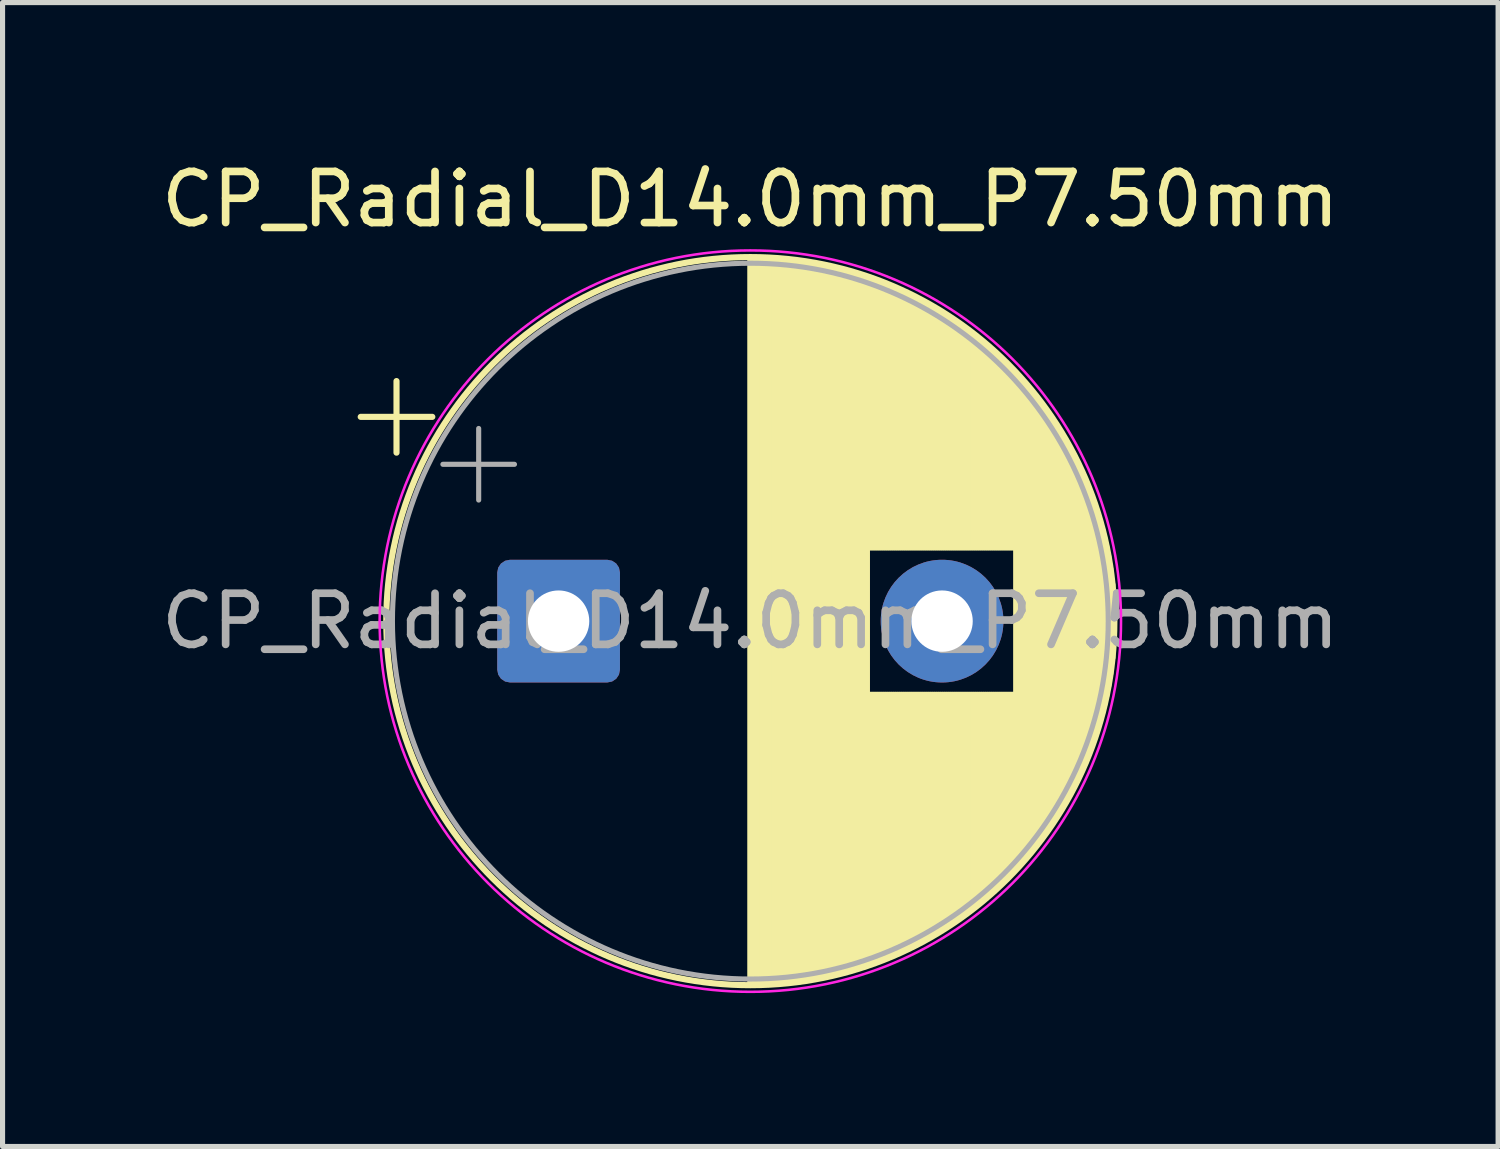
<source format=kicad_pcb>
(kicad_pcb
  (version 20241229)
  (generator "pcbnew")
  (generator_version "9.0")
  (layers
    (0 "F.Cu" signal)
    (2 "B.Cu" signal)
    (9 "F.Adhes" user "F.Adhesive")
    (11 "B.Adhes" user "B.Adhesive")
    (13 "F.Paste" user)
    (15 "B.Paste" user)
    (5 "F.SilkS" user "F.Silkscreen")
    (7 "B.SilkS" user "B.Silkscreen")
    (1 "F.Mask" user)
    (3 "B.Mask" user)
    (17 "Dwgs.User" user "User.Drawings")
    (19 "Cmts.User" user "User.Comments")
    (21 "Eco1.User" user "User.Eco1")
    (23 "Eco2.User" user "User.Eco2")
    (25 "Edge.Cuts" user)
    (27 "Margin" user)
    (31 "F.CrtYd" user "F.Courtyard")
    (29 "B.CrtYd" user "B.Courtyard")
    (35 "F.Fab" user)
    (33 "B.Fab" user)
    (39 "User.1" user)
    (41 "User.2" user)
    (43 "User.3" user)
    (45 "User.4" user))
  (footprint "CP_Radial_D14.0mm_P7.50mm"
    (layer "F.Cu")
    (at 7.875 9.098)
    (property "Reference" "CP_Radial_D14.0mm_P7.50mm" (at 3.75 -8.25 0) (layer "F.SilkS") (effects (font (size 1 1) (thickness 0.15))))
    (attr through_hole)
    (fp_line (start -3.87 -3.995) (end -2.47 -3.995) (stroke (width 0.12) (type solid)) (layer "F.SilkS"))
    (fp_line (start -3.17 -4.695) (end -3.17 -3.295) (stroke (width 0.12) (type solid)) (layer "F.SilkS"))
    (fp_line (start 3.75 -7.08) (end 3.75 7.08) (stroke (width 0.12) (type solid)) (layer "F.SilkS"))
    (fp_line (start 3.79 -7.08) (end 3.79 7.08) (stroke (width 0.12) (type solid)) (layer "F.SilkS"))
    (fp_line (start 3.83 -7.08) (end 3.83 7.08) (stroke (width 0.12) (type solid)) (layer "F.SilkS"))
    (fp_line (start 3.87 -7.079) (end 3.87 7.079) (stroke (width 0.12) (type solid)) (layer "F.SilkS"))
    (fp_line (start 3.91 -7.078) (end 3.91 7.078) (stroke (width 0.12) (type solid)) (layer "F.SilkS"))
    (fp_line (start 3.95 -7.077) (end 3.95 7.077) (stroke (width 0.12) (type solid)) (layer "F.SilkS"))
    (fp_line (start 3.99 -7.076) (end 3.99 7.076) (stroke (width 0.12) (type solid)) (layer "F.SilkS"))
    (fp_line (start 4.03 -7.074) (end 4.03 7.074) (stroke (width 0.12) (type solid)) (layer "F.SilkS"))
    (fp_line (start 4.07 -7.073) (end 4.07 7.073) (stroke (width 0.12) (type solid)) (layer "F.SilkS"))
    (fp_line (start 4.11 -7.071) (end 4.11 7.071) (stroke (width 0.12) (type solid)) (layer "F.SilkS"))
    (fp_line (start 4.15 -7.069) (end 4.15 7.069) (stroke (width 0.12) (type solid)) (layer "F.SilkS"))
    (fp_line (start 4.19 -7.066) (end 4.19 7.066) (stroke (width 0.12) (type solid)) (layer "F.SilkS"))
    (fp_line (start 4.23 -7.064) (end 4.23 7.064) (stroke (width 0.12) (type solid)) (layer "F.SilkS"))
    (fp_line (start 4.27 -7.061) (end 4.27 7.061) (stroke (width 0.12) (type solid)) (layer "F.SilkS"))
    (fp_line (start 4.31 -7.058) (end 4.31 7.058) (stroke (width 0.12) (type solid)) (layer "F.SilkS"))
    (fp_line (start 4.35 -7.055) (end 4.35 7.055) (stroke (width 0.12) (type solid)) (layer "F.SilkS"))
    (fp_line (start 4.39 -7.051) (end 4.39 7.051) (stroke (width 0.12) (type solid)) (layer "F.SilkS"))
    (fp_line (start 4.43 -7.047) (end 4.43 7.047) (stroke (width 0.12) (type solid)) (layer "F.SilkS"))
    (fp_line (start 4.47 -7.044) (end 4.47 7.044) (stroke (width 0.12) (type solid)) (layer "F.SilkS"))
    (fp_line (start 4.51 -7.039) (end 4.51 7.039) (stroke (width 0.12) (type solid)) (layer "F.SilkS"))
    (fp_line (start 4.55 -7.035) (end 4.55 7.035) (stroke (width 0.12) (type solid)) (layer "F.SilkS"))
    (fp_line (start 4.59 -7.03) (end 4.59 7.03) (stroke (width 0.12) (type solid)) (layer "F.SilkS"))
    (fp_line (start 4.63 -7.025) (end 4.63 7.025) (stroke (width 0.12) (type solid)) (layer "F.SilkS"))
    (fp_line (start 4.67 -7.02) (end 4.67 7.02) (stroke (width 0.12) (type solid)) (layer "F.SilkS"))
    (fp_line (start 4.71 -7.015) (end 4.71 7.015) (stroke (width 0.12) (type solid)) (layer "F.SilkS"))
    (fp_line (start 4.75 -7.009) (end 4.75 7.009) (stroke (width 0.12) (type solid)) (layer "F.SilkS"))
    (fp_line (start 4.79 -7.004) (end 4.79 7.004) (stroke (width 0.12) (type solid)) (layer "F.SilkS"))
    (fp_line (start 4.83 -6.998) (end 4.83 6.998) (stroke (width 0.12) (type solid)) (layer "F.SilkS"))
    (fp_line (start 4.87 -6.991) (end 4.87 6.991) (stroke (width 0.12) (type solid)) (layer "F.SilkS"))
    (fp_line (start 4.91 -6.985) (end 4.91 6.985) (stroke (width 0.12) (type solid)) (layer "F.SilkS"))
    (fp_line (start 4.95 -6.978) (end 4.95 6.978) (stroke (width 0.12) (type solid)) (layer "F.SilkS"))
    (fp_line (start 4.99 -6.971) (end 4.99 6.971) (stroke (width 0.12) (type solid)) (layer "F.SilkS"))
    (fp_line (start 5.03 -6.964) (end 5.03 6.964) (stroke (width 0.12) (type solid)) (layer "F.SilkS"))
    (fp_line (start 5.07 -6.957) (end 5.07 6.957) (stroke (width 0.12) (type solid)) (layer "F.SilkS"))
    (fp_line (start 5.11 -6.949) (end 5.11 6.949) (stroke (width 0.12) (type solid)) (layer "F.SilkS"))
    (fp_line (start 5.15 -6.941) (end 5.15 6.941) (stroke (width 0.12) (type solid)) (layer "F.SilkS"))
    (fp_line (start 5.19 -6.933) (end 5.19 6.933) (stroke (width 0.12) (type solid)) (layer "F.SilkS"))
    (fp_line (start 5.23 -6.924) (end 5.23 6.924) (stroke (width 0.12) (type solid)) (layer "F.SilkS"))
    (fp_line (start 5.27 -6.916) (end 5.27 6.916) (stroke (width 0.12) (type solid)) (layer "F.SilkS"))
    (fp_line (start 5.31 -6.907) (end 5.31 6.907) (stroke (width 0.12) (type solid)) (layer "F.SilkS"))
    (fp_line (start 5.35 -6.898) (end 5.35 6.898) (stroke (width 0.12) (type solid)) (layer "F.SilkS"))
    (fp_line (start 5.39 -6.889) (end 5.39 6.889) (stroke (width 0.12) (type solid)) (layer "F.SilkS"))
    (fp_line (start 5.43 -6.879) (end 5.43 6.879) (stroke (width 0.12) (type solid)) (layer "F.SilkS"))
    (fp_line (start 5.47 -6.869) (end 5.47 6.869) (stroke (width 0.12) (type solid)) (layer "F.SilkS"))
    (fp_line (start 5.51 -6.859) (end 5.51 6.859) (stroke (width 0.12) (type solid)) (layer "F.SilkS"))
    (fp_line (start 5.55 -6.849) (end 5.55 6.849) (stroke (width 0.12) (type solid)) (layer "F.SilkS"))
    (fp_line (start 5.59 -6.838) (end 5.59 6.838) (stroke (width 0.12) (type solid)) (layer "F.SilkS"))
    (fp_line (start 5.63 -6.827) (end 5.63 6.827) (stroke (width 0.12) (type solid)) (layer "F.SilkS"))
    (fp_line (start 5.67 -6.816) (end 5.67 6.816) (stroke (width 0.12) (type solid)) (layer "F.SilkS"))
    (fp_line (start 5.71 -6.805) (end 5.71 6.805) (stroke (width 0.12) (type solid)) (layer "F.SilkS"))
    (fp_line (start 5.75 -6.793) (end 5.75 6.793) (stroke (width 0.12) (type solid)) (layer "F.SilkS"))
    (fp_line (start 5.79 -6.781) (end 5.79 6.781) (stroke (width 0.12) (type solid)) (layer "F.SilkS"))
    (fp_line (start 5.83 -6.769) (end 5.83 6.769) (stroke (width 0.12) (type solid)) (layer "F.SilkS"))
    (fp_line (start 5.87 -6.757) (end 5.87 6.757) (stroke (width 0.12) (type solid)) (layer "F.SilkS"))
    (fp_line (start 5.91 -6.744) (end 5.91 6.744) (stroke (width 0.12) (type solid)) (layer "F.SilkS"))
    (fp_line (start 5.95 -6.732) (end 5.95 6.732) (stroke (width 0.12) (type solid)) (layer "F.SilkS"))
    (fp_line (start 5.99 -6.718) (end 5.99 6.718) (stroke (width 0.12) (type solid)) (layer "F.SilkS"))
    (fp_line (start 6.03 -6.705) (end 6.03 6.705) (stroke (width 0.12) (type solid)) (layer "F.SilkS"))
    (fp_line (start 6.07 -6.691) (end 6.07 -1.44) (stroke (width 0.12) (type solid)) (layer "F.SilkS"))
    (fp_line (start 6.07 1.44) (end 6.07 6.691) (stroke (width 0.12) (type solid)) (layer "F.SilkS"))
    (fp_line (start 6.11 -6.677) (end 6.11 -1.44) (stroke (width 0.12) (type solid)) (layer "F.SilkS"))
    (fp_line (start 6.11 1.44) (end 6.11 6.677) (stroke (width 0.12) (type solid)) (layer "F.SilkS"))
    (fp_line (start 6.15 -6.663) (end 6.15 -1.44) (stroke (width 0.12) (type solid)) (layer "F.SilkS"))
    (fp_line (start 6.15 1.44) (end 6.15 6.663) (stroke (width 0.12) (type solid)) (layer "F.SilkS"))
    (fp_line (start 6.19 -6.649) (end 6.19 -1.44) (stroke (width 0.12) (type solid)) (layer "F.SilkS"))
    (fp_line (start 6.19 1.44) (end 6.19 6.649) (stroke (width 0.12) (type solid)) (layer "F.SilkS"))
    (fp_line (start 6.23 -6.634) (end 6.23 -1.44) (stroke (width 0.12) (type solid)) (layer "F.SilkS"))
    (fp_line (start 6.23 1.44) (end 6.23 6.634) (stroke (width 0.12) (type solid)) (layer "F.SilkS"))
    (fp_line (start 6.27 -6.619) (end 6.27 -1.44) (stroke (width 0.12) (type solid)) (layer "F.SilkS"))
    (fp_line (start 6.27 1.44) (end 6.27 6.619) (stroke (width 0.12) (type solid)) (layer "F.SilkS"))
    (fp_line (start 6.31 -6.604) (end 6.31 -1.44) (stroke (width 0.12) (type solid)) (layer "F.SilkS"))
    (fp_line (start 6.31 1.44) (end 6.31 6.604) (stroke (width 0.12) (type solid)) (layer "F.SilkS"))
    (fp_line (start 6.35 -6.588) (end 6.35 -1.44) (stroke (width 0.12) (type solid)) (layer "F.SilkS"))
    (fp_line (start 6.35 1.44) (end 6.35 6.588) (stroke (width 0.12) (type solid)) (layer "F.SilkS"))
    (fp_line (start 6.39 -6.572) (end 6.39 -1.44) (stroke (width 0.12) (type solid)) (layer "F.SilkS"))
    (fp_line (start 6.39 1.44) (end 6.39 6.572) (stroke (width 0.12) (type solid)) (layer "F.SilkS"))
    (fp_line (start 6.43 -6.556) (end 6.43 -1.44) (stroke (width 0.12) (type solid)) (layer "F.SilkS"))
    (fp_line (start 6.43 1.44) (end 6.43 6.556) (stroke (width 0.12) (type solid)) (layer "F.SilkS"))
    (fp_line (start 6.47 -6.54) (end 6.47 -1.44) (stroke (width 0.12) (type solid)) (layer "F.SilkS"))
    (fp_line (start 6.47 1.44) (end 6.47 6.54) (stroke (width 0.12) (type solid)) (layer "F.SilkS"))
    (fp_line (start 6.51 -6.523) (end 6.51 -1.44) (stroke (width 0.12) (type solid)) (layer "F.SilkS"))
    (fp_line (start 6.51 1.44) (end 6.51 6.523) (stroke (width 0.12) (type solid)) (layer "F.SilkS"))
    (fp_line (start 6.55 -6.506) (end 6.55 -1.44) (stroke (width 0.12) (type solid)) (layer "F.SilkS"))
    (fp_line (start 6.55 1.44) (end 6.55 6.506) (stroke (width 0.12) (type solid)) (layer "F.SilkS"))
    (fp_line (start 6.59 -6.489) (end 6.59 -1.44) (stroke (width 0.12) (type solid)) (layer "F.SilkS"))
    (fp_line (start 6.59 1.44) (end 6.59 6.489) (stroke (width 0.12) (type solid)) (layer "F.SilkS"))
    (fp_line (start 6.63 -6.472) (end 6.63 -1.44) (stroke (width 0.12) (type solid)) (layer "F.SilkS"))
    (fp_line (start 6.63 1.44) (end 6.63 6.472) (stroke (width 0.12) (type solid)) (layer "F.SilkS"))
    (fp_line (start 6.67 -6.454) (end 6.67 -1.44) (stroke (width 0.12) (type solid)) (layer "F.SilkS"))
    (fp_line (start 6.67 1.44) (end 6.67 6.454) (stroke (width 0.12) (type solid)) (layer "F.SilkS"))
    (fp_line (start 6.71 -6.436) (end 6.71 -1.44) (stroke (width 0.12) (type solid)) (layer "F.SilkS"))
    (fp_line (start 6.71 1.44) (end 6.71 6.436) (stroke (width 0.12) (type solid)) (layer "F.SilkS"))
    (fp_line (start 6.75 -6.417) (end 6.75 -1.44) (stroke (width 0.12) (type solid)) (layer "F.SilkS"))
    (fp_line (start 6.75 1.44) (end 6.75 6.417) (stroke (width 0.12) (type solid)) (layer "F.SilkS"))
    (fp_line (start 6.79 -6.398) (end 6.79 -1.44) (stroke (width 0.12) (type solid)) (layer "F.SilkS"))
    (fp_line (start 6.79 1.44) (end 6.79 6.398) (stroke (width 0.12) (type solid)) (layer "F.SilkS"))
    (fp_line (start 6.83 -6.379) (end 6.83 -1.44) (stroke (width 0.12) (type solid)) (layer "F.SilkS"))
    (fp_line (start 6.83 1.44) (end 6.83 6.379) (stroke (width 0.12) (type solid)) (layer "F.SilkS"))
    (fp_line (start 6.87 -6.36) (end 6.87 -1.44) (stroke (width 0.12) (type solid)) (layer "F.SilkS"))
    (fp_line (start 6.87 1.44) (end 6.87 6.36) (stroke (width 0.12) (type solid)) (layer "F.SilkS"))
    (fp_line (start 6.91 -6.34) (end 6.91 -1.44) (stroke (width 0.12) (type solid)) (layer "F.SilkS"))
    (fp_line (start 6.91 1.44) (end 6.91 6.34) (stroke (width 0.12) (type solid)) (layer "F.SilkS"))
    (fp_line (start 6.95 -6.32) (end 6.95 -1.44) (stroke (width 0.12) (type solid)) (layer "F.SilkS"))
    (fp_line (start 6.95 1.44) (end 6.95 6.32) (stroke (width 0.12) (type solid)) (layer "F.SilkS"))
    (fp_line (start 6.99 -6.3) (end 6.99 -1.44) (stroke (width 0.12) (type solid)) (layer "F.SilkS"))
    (fp_line (start 6.99 1.44) (end 6.99 6.3) (stroke (width 0.12) (type solid)) (layer "F.SilkS"))
    (fp_line (start 7.03 -6.279) (end 7.03 -1.44) (stroke (width 0.12) (type solid)) (layer "F.SilkS"))
    (fp_line (start 7.03 1.44) (end 7.03 6.279) (stroke (width 0.12) (type solid)) (layer "F.SilkS"))
    (fp_line (start 7.07 -6.259) (end 7.07 -1.44) (stroke (width 0.12) (type solid)) (layer "F.SilkS"))
    (fp_line (start 7.07 1.44) (end 7.07 6.259) (stroke (width 0.12) (type solid)) (layer "F.SilkS"))
    (fp_line (start 7.11 -6.237) (end 7.11 -1.44) (stroke (width 0.12) (type solid)) (layer "F.SilkS"))
    (fp_line (start 7.11 1.44) (end 7.11 6.237) (stroke (width 0.12) (type solid)) (layer "F.SilkS"))
    (fp_line (start 7.15 -6.216) (end 7.15 -1.44) (stroke (width 0.12) (type solid)) (layer "F.SilkS"))
    (fp_line (start 7.15 1.44) (end 7.15 6.216) (stroke (width 0.12) (type solid)) (layer "F.SilkS"))
    (fp_line (start 7.19 -6.194) (end 7.19 -1.44) (stroke (width 0.12) (type solid)) (layer "F.SilkS"))
    (fp_line (start 7.19 1.44) (end 7.19 6.194) (stroke (width 0.12) (type solid)) (layer "F.SilkS"))
    (fp_line (start 7.23 -6.172) (end 7.23 -1.44) (stroke (width 0.12) (type solid)) (layer "F.SilkS"))
    (fp_line (start 7.23 1.44) (end 7.23 6.172) (stroke (width 0.12) (type solid)) (layer "F.SilkS"))
    (fp_line (start 7.27 -6.149) (end 7.27 -1.44) (stroke (width 0.12) (type solid)) (layer "F.SilkS"))
    (fp_line (start 7.27 1.44) (end 7.27 6.149) (stroke (width 0.12) (type solid)) (layer "F.SilkS"))
    (fp_line (start 7.31 -6.126) (end 7.31 -1.44) (stroke (width 0.12) (type solid)) (layer "F.SilkS"))
    (fp_line (start 7.31 1.44) (end 7.31 6.126) (stroke (width 0.12) (type solid)) (layer "F.SilkS"))
    (fp_line (start 7.35 -6.103) (end 7.35 -1.44) (stroke (width 0.12) (type solid)) (layer "F.SilkS"))
    (fp_line (start 7.35 1.44) (end 7.35 6.103) (stroke (width 0.12) (type solid)) (layer "F.SilkS"))
    (fp_line (start 7.39 -6.079) (end 7.39 -1.44) (stroke (width 0.12) (type solid)) (layer "F.SilkS"))
    (fp_line (start 7.39 1.44) (end 7.39 6.079) (stroke (width 0.12) (type solid)) (layer "F.SilkS"))
    (fp_line (start 7.43 -6.055) (end 7.43 -1.44) (stroke (width 0.12) (type solid)) (layer "F.SilkS"))
    (fp_line (start 7.43 1.44) (end 7.43 6.055) (stroke (width 0.12) (type solid)) (layer "F.SilkS"))
    (fp_line (start 7.47 -6.031) (end 7.47 -1.44) (stroke (width 0.12) (type solid)) (layer "F.SilkS"))
    (fp_line (start 7.47 1.44) (end 7.47 6.031) (stroke (width 0.12) (type solid)) (layer "F.SilkS"))
    (fp_line (start 7.51 -6.006) (end 7.51 -1.44) (stroke (width 0.12) (type solid)) (layer "F.SilkS"))
    (fp_line (start 7.51 1.44) (end 7.51 6.006) (stroke (width 0.12) (type solid)) (layer "F.SilkS"))
    (fp_line (start 7.55 -5.981) (end 7.55 -1.44) (stroke (width 0.12) (type solid)) (layer "F.SilkS"))
    (fp_line (start 7.55 1.44) (end 7.55 5.981) (stroke (width 0.12) (type solid)) (layer "F.SilkS"))
    (fp_line (start 7.59 -5.956) (end 7.59 -1.44) (stroke (width 0.12) (type solid)) (layer "F.SilkS"))
    (fp_line (start 7.59 1.44) (end 7.59 5.956) (stroke (width 0.12) (type solid)) (layer "F.SilkS"))
    (fp_line (start 7.63 -5.93) (end 7.63 -1.44) (stroke (width 0.12) (type solid)) (layer "F.SilkS"))
    (fp_line (start 7.63 1.44) (end 7.63 5.93) (stroke (width 0.12) (type solid)) (layer "F.SilkS"))
    (fp_line (start 7.67 -5.904) (end 7.67 -1.44) (stroke (width 0.12) (type solid)) (layer "F.SilkS"))
    (fp_line (start 7.67 1.44) (end 7.67 5.904) (stroke (width 0.12) (type solid)) (layer "F.SilkS"))
    (fp_line (start 7.71 -5.877) (end 7.71 -1.44) (stroke (width 0.12) (type solid)) (layer "F.SilkS"))
    (fp_line (start 7.71 1.44) (end 7.71 5.877) (stroke (width 0.12) (type solid)) (layer "F.SilkS"))
    (fp_line (start 7.75 -5.85) (end 7.75 -1.44) (stroke (width 0.12) (type solid)) (layer "F.SilkS"))
    (fp_line (start 7.75 1.44) (end 7.75 5.85) (stroke (width 0.12) (type solid)) (layer "F.SilkS"))
    (fp_line (start 7.79 -5.823) (end 7.79 -1.44) (stroke (width 0.12) (type solid)) (layer "F.SilkS"))
    (fp_line (start 7.79 1.44) (end 7.79 5.823) (stroke (width 0.12) (type solid)) (layer "F.SilkS"))
    (fp_line (start 7.83 -5.795) (end 7.83 -1.44) (stroke (width 0.12) (type solid)) (layer "F.SilkS"))
    (fp_line (start 7.83 1.44) (end 7.83 5.795) (stroke (width 0.12) (type solid)) (layer "F.SilkS"))
    (fp_line (start 7.87 -5.767) (end 7.87 -1.44) (stroke (width 0.12) (type solid)) (layer "F.SilkS"))
    (fp_line (start 7.87 1.44) (end 7.87 5.767) (stroke (width 0.12) (type solid)) (layer "F.SilkS"))
    (fp_line (start 7.91 -5.738) (end 7.91 -1.44) (stroke (width 0.12) (type solid)) (layer "F.SilkS"))
    (fp_line (start 7.91 1.44) (end 7.91 5.738) (stroke (width 0.12) (type solid)) (layer "F.SilkS"))
    (fp_line (start 7.95 -5.709) (end 7.95 -1.44) (stroke (width 0.12) (type solid)) (layer "F.SilkS"))
    (fp_line (start 7.95 1.44) (end 7.95 5.709) (stroke (width 0.12) (type solid)) (layer "F.SilkS"))
    (fp_line (start 7.99 -5.68) (end 7.99 -1.44) (stroke (width 0.12) (type solid)) (layer "F.SilkS"))
    (fp_line (start 7.99 1.44) (end 7.99 5.68) (stroke (width 0.12) (type solid)) (layer "F.SilkS"))
    (fp_line (start 8.03 -5.65) (end 8.03 -1.44) (stroke (width 0.12) (type solid)) (layer "F.SilkS"))
    (fp_line (start 8.03 1.44) (end 8.03 5.65) (stroke (width 0.12) (type solid)) (layer "F.SilkS"))
    (fp_line (start 8.07 -5.62) (end 8.07 -1.44) (stroke (width 0.12) (type solid)) (layer "F.SilkS"))
    (fp_line (start 8.07 1.44) (end 8.07 5.62) (stroke (width 0.12) (type solid)) (layer "F.SilkS"))
    (fp_line (start 8.11 -5.589) (end 8.11 -1.44) (stroke (width 0.12) (type solid)) (layer "F.SilkS"))
    (fp_line (start 8.11 1.44) (end 8.11 5.589) (stroke (width 0.12) (type solid)) (layer "F.SilkS"))
    (fp_line (start 8.15 -5.558) (end 8.15 -1.44) (stroke (width 0.12) (type solid)) (layer "F.SilkS"))
    (fp_line (start 8.15 1.44) (end 8.15 5.558) (stroke (width 0.12) (type solid)) (layer "F.SilkS"))
    (fp_line (start 8.19 -5.526) (end 8.19 -1.44) (stroke (width 0.12) (type solid)) (layer "F.SilkS"))
    (fp_line (start 8.19 1.44) (end 8.19 5.526) (stroke (width 0.12) (type solid)) (layer "F.SilkS"))
    (fp_line (start 8.23 -5.494) (end 8.23 -1.44) (stroke (width 0.12) (type solid)) (layer "F.SilkS"))
    (fp_line (start 8.23 1.44) (end 8.23 5.494) (stroke (width 0.12) (type solid)) (layer "F.SilkS"))
    (fp_line (start 8.27 -5.461) (end 8.27 -1.44) (stroke (width 0.12) (type solid)) (layer "F.SilkS"))
    (fp_line (start 8.27 1.44) (end 8.27 5.461) (stroke (width 0.12) (type solid)) (layer "F.SilkS"))
    (fp_line (start 8.31 -5.428) (end 8.31 -1.44) (stroke (width 0.12) (type solid)) (layer "F.SilkS"))
    (fp_line (start 8.31 1.44) (end 8.31 5.428) (stroke (width 0.12) (type solid)) (layer "F.SilkS"))
    (fp_line (start 8.35 -5.395) (end 8.35 -1.44) (stroke (width 0.12) (type solid)) (layer "F.SilkS"))
    (fp_line (start 8.35 1.44) (end 8.35 5.395) (stroke (width 0.12) (type solid)) (layer "F.SilkS"))
    (fp_line (start 8.39 -5.36) (end 8.39 -1.44) (stroke (width 0.12) (type solid)) (layer "F.SilkS"))
    (fp_line (start 8.39 1.44) (end 8.39 5.36) (stroke (width 0.12) (type solid)) (layer "F.SilkS"))
    (fp_line (start 8.43 -5.326) (end 8.43 -1.44) (stroke (width 0.12) (type solid)) (layer "F.SilkS"))
    (fp_line (start 8.43 1.44) (end 8.43 5.326) (stroke (width 0.12) (type solid)) (layer "F.SilkS"))
    (fp_line (start 8.47 -5.291) (end 8.47 -1.44) (stroke (width 0.12) (type solid)) (layer "F.SilkS"))
    (fp_line (start 8.47 1.44) (end 8.47 5.291) (stroke (width 0.12) (type solid)) (layer "F.SilkS"))
    (fp_line (start 8.51 -5.255) (end 8.51 -1.44) (stroke (width 0.12) (type solid)) (layer "F.SilkS"))
    (fp_line (start 8.51 1.44) (end 8.51 5.255) (stroke (width 0.12) (type solid)) (layer "F.SilkS"))
    (fp_line (start 8.55 -5.219) (end 8.55 -1.44) (stroke (width 0.12) (type solid)) (layer "F.SilkS"))
    (fp_line (start 8.55 1.44) (end 8.55 5.219) (stroke (width 0.12) (type solid)) (layer "F.SilkS"))
    (fp_line (start 8.59 -5.182) (end 8.59 -1.44) (stroke (width 0.12) (type solid)) (layer "F.SilkS"))
    (fp_line (start 8.59 1.44) (end 8.59 5.182) (stroke (width 0.12) (type solid)) (layer "F.SilkS"))
    (fp_line (start 8.63 -5.145) (end 8.63 -1.44) (stroke (width 0.12) (type solid)) (layer "F.SilkS"))
    (fp_line (start 8.63 1.44) (end 8.63 5.145) (stroke (width 0.12) (type solid)) (layer "F.SilkS"))
    (fp_line (start 8.67 -5.107) (end 8.67 -1.44) (stroke (width 0.12) (type solid)) (layer "F.SilkS"))
    (fp_line (start 8.67 1.44) (end 8.67 5.107) (stroke (width 0.12) (type solid)) (layer "F.SilkS"))
    (fp_line (start 8.71 -5.068) (end 8.71 -1.44) (stroke (width 0.12) (type solid)) (layer "F.SilkS"))
    (fp_line (start 8.71 1.44) (end 8.71 5.068) (stroke (width 0.12) (type solid)) (layer "F.SilkS"))
    (fp_line (start 8.75 -5.029) (end 8.75 -1.44) (stroke (width 0.12) (type solid)) (layer "F.SilkS"))
    (fp_line (start 8.75 1.44) (end 8.75 5.029) (stroke (width 0.12) (type solid)) (layer "F.SilkS"))
    (fp_line (start 8.79 -4.989) (end 8.79 -1.44) (stroke (width 0.12) (type solid)) (layer "F.SilkS"))
    (fp_line (start 8.79 1.44) (end 8.79 4.989) (stroke (width 0.12) (type solid)) (layer "F.SilkS"))
    (fp_line (start 8.83 -4.949) (end 8.83 -1.44) (stroke (width 0.12) (type solid)) (layer "F.SilkS"))
    (fp_line (start 8.83 1.44) (end 8.83 4.949) (stroke (width 0.12) (type solid)) (layer "F.SilkS"))
    (fp_line (start 8.87 -4.908) (end 8.87 -1.44) (stroke (width 0.12) (type solid)) (layer "F.SilkS"))
    (fp_line (start 8.87 1.44) (end 8.87 4.908) (stroke (width 0.12) (type solid)) (layer "F.SilkS"))
    (fp_line (start 8.91 -4.866) (end 8.91 -1.44) (stroke (width 0.12) (type solid)) (layer "F.SilkS"))
    (fp_line (start 8.91 1.44) (end 8.91 4.866) (stroke (width 0.12) (type solid)) (layer "F.SilkS"))
    (fp_line (start 8.95 -4.824) (end 8.95 4.824) (stroke (width 0.12) (type solid)) (layer "F.SilkS"))
    (fp_line (start 8.99 -4.78) (end 8.99 4.78) (stroke (width 0.12) (type solid)) (layer "F.SilkS"))
    (fp_line (start 9.03 -4.737) (end 9.03 4.737) (stroke (width 0.12) (type solid)) (layer "F.SilkS"))
    (fp_line (start 9.07 -4.692) (end 9.07 4.692) (stroke (width 0.12) (type solid)) (layer "F.SilkS"))
    (fp_line (start 9.11 -4.647) (end 9.11 4.647) (stroke (width 0.12) (type solid)) (layer "F.SilkS"))
    (fp_line (start 9.15 -4.601) (end 9.15 4.601) (stroke (width 0.12) (type solid)) (layer "F.SilkS"))
    (fp_line (start 9.19 -4.554) (end 9.19 4.554) (stroke (width 0.12) (type solid)) (layer "F.SilkS"))
    (fp_line (start 9.23 -4.506) (end 9.23 4.506) (stroke (width 0.12) (type solid)) (layer "F.SilkS"))
    (fp_line (start 9.27 -4.457) (end 9.27 4.457) (stroke (width 0.12) (type solid)) (layer "F.SilkS"))
    (fp_line (start 9.31 -4.408) (end 9.31 4.408) (stroke (width 0.12) (type solid)) (layer "F.SilkS"))
    (fp_line (start 9.35 -4.357) (end 9.35 4.357) (stroke (width 0.12) (type solid)) (layer "F.SilkS"))
    (fp_line (start 9.39 -4.306) (end 9.39 4.306) (stroke (width 0.12) (type solid)) (layer "F.SilkS"))
    (fp_line (start 9.43 -4.253) (end 9.43 4.253) (stroke (width 0.12) (type solid)) (layer "F.SilkS"))
    (fp_line (start 9.47 -4.2) (end 9.47 4.2) (stroke (width 0.12) (type solid)) (layer "F.SilkS"))
    (fp_line (start 9.51 -4.145) (end 9.51 4.145) (stroke (width 0.12) (type solid)) (layer "F.SilkS"))
    (fp_line (start 9.55 -4.09) (end 9.55 4.09) (stroke (width 0.12) (type solid)) (layer "F.SilkS"))
    (fp_line (start 9.59 -4.033) (end 9.59 4.033) (stroke (width 0.12) (type solid)) (layer "F.SilkS"))
    (fp_line (start 9.63 -3.975) (end 9.63 3.975) (stroke (width 0.12) (type solid)) (layer "F.SilkS"))
    (fp_line (start 9.67 -3.916) (end 9.67 3.916) (stroke (width 0.12) (type solid)) (layer "F.SilkS"))
    (fp_line (start 9.71 -3.855) (end 9.71 3.855) (stroke (width 0.12) (type solid)) (layer "F.SilkS"))
    (fp_line (start 9.75 -3.793) (end 9.75 3.793) (stroke (width 0.12) (type solid)) (layer "F.SilkS"))
    (fp_line (start 9.79 -3.73) (end 9.79 3.73) (stroke (width 0.12) (type solid)) (layer "F.SilkS"))
    (fp_line (start 9.83 -3.665) (end 9.83 3.665) (stroke (width 0.12) (type solid)) (layer "F.SilkS"))
    (fp_line (start 9.87 -3.599) (end 9.87 3.599) (stroke (width 0.12) (type solid)) (layer "F.SilkS"))
    (fp_line (start 9.91 -3.531) (end 9.91 3.531) (stroke (width 0.12) (type solid)) (layer "F.SilkS"))
    (fp_line (start 9.95 -3.461) (end 9.95 3.461) (stroke (width 0.12) (type solid)) (layer "F.SilkS"))
    (fp_line (start 9.99 -3.389) (end 9.99 3.389) (stroke (width 0.12) (type solid)) (layer "F.SilkS"))
    (fp_line (start 10.03 -3.315) (end 10.03 3.315) (stroke (width 0.12) (type solid)) (layer "F.SilkS"))
    (fp_line (start 10.07 -3.239) (end 10.07 3.239) (stroke (width 0.12) (type solid)) (layer "F.SilkS"))
    (fp_line (start 10.11 -3.161) (end 10.11 3.161) (stroke (width 0.12) (type solid)) (layer "F.SilkS"))
    (fp_line (start 10.15 -3.08) (end 10.15 3.08) (stroke (width 0.12) (type solid)) (layer "F.SilkS"))
    (fp_line (start 10.19 -2.997) (end 10.19 2.997) (stroke (width 0.12) (type solid)) (layer "F.SilkS"))
    (fp_line (start 10.23 -2.91) (end 10.23 2.91) (stroke (width 0.12) (type solid)) (layer "F.SilkS"))
    (fp_line (start 10.27 -2.821) (end 10.27 2.821) (stroke (width 0.12) (type solid)) (layer "F.SilkS"))
    (fp_line (start 10.31 -2.728) (end 10.31 2.728) (stroke (width 0.12) (type solid)) (layer "F.SilkS"))
    (fp_line (start 10.35 -2.631) (end 10.35 2.631) (stroke (width 0.12) (type solid)) (layer "F.SilkS"))
    (fp_line (start 10.39 -2.53) (end 10.39 2.53) (stroke (width 0.12) (type solid)) (layer "F.SilkS"))
    (fp_line (start 10.43 -2.424) (end 10.43 2.424) (stroke (width 0.12) (type solid)) (layer "F.SilkS"))
    (fp_line (start 10.47 -2.313) (end 10.47 2.313) (stroke (width 0.12) (type solid)) (layer "F.SilkS"))
    (fp_line (start 10.51 -2.195) (end 10.51 2.195) (stroke (width 0.12) (type solid)) (layer "F.SilkS"))
    (fp_line (start 10.55 -2.071) (end 10.55 2.071) (stroke (width 0.12) (type solid)) (layer "F.SilkS"))
    (fp_line (start 10.59 -1.937) (end 10.59 1.937) (stroke (width 0.12) (type solid)) (layer "F.SilkS"))
    (fp_line (start 10.63 -1.793) (end 10.63 1.793) (stroke (width 0.12) (type solid)) (layer "F.SilkS"))
    (fp_line (start 10.67 -1.636) (end 10.67 1.636) (stroke (width 0.12) (type solid)) (layer "F.SilkS"))
    (fp_line (start 10.71 -1.461) (end 10.71 1.461) (stroke (width 0.12) (type solid)) (layer "F.SilkS"))
    (fp_line (start 10.75 -1.262) (end 10.75 1.262) (stroke (width 0.12) (type solid)) (layer "F.SilkS"))
    (fp_line (start 10.79 -1.024) (end 10.79 1.024) (stroke (width 0.12) (type solid)) (layer "F.SilkS"))
    (fp_line (start 10.83 -0.714) (end 10.83 0.714) (stroke (width 0.12) (type solid)) (layer "F.SilkS"))
    (fp_circle (center 3.75 0) (end 10.87 0) (stroke (width 0.12) (type solid)) (fill no) (layer "F.SilkS"))
    (fp_circle (center 3.75 0) (end 11 0) (stroke (width 0.05) (type solid)) (fill no) (layer "F.CrtYd"))
    (fp_line (start -2.263 -3.067) (end -0.863 -3.067) (stroke (width 0.1) (type solid)) (layer "F.Fab"))
    (fp_line (start -1.563 -3.768) (end -1.563 -2.368) (stroke (width 0.1) (type solid)) (layer "F.Fab"))
    (fp_circle (center 3.75 0) (end 10.75 0) (stroke (width 0.1) (type solid)) (fill no) (layer "F.Fab"))
    (fp_text user "${REFERENCE}" (at 3.75 0 0) (layer "F.Fab") (effects (font (size 1 1) (thickness 0.15))))
    (pad "1" thru_hole roundrect (at 0 0) (size 2.4 2.4) (drill 1.2) (layers "*.Cu" "*.Mask") (roundrect_rratio 0.104))
    (pad "2" thru_hole circle (at 7.5 0) (size 2.4 2.4) (drill 1.2) (layers "*.Cu" "*.Mask")))
  (gr_rect
    (start -3 -3)
    (end 26.25 19.373)
    (stroke (width 0.1) (type default))
    (fill no)
    (layer "Edge.Cuts")))
</source>
